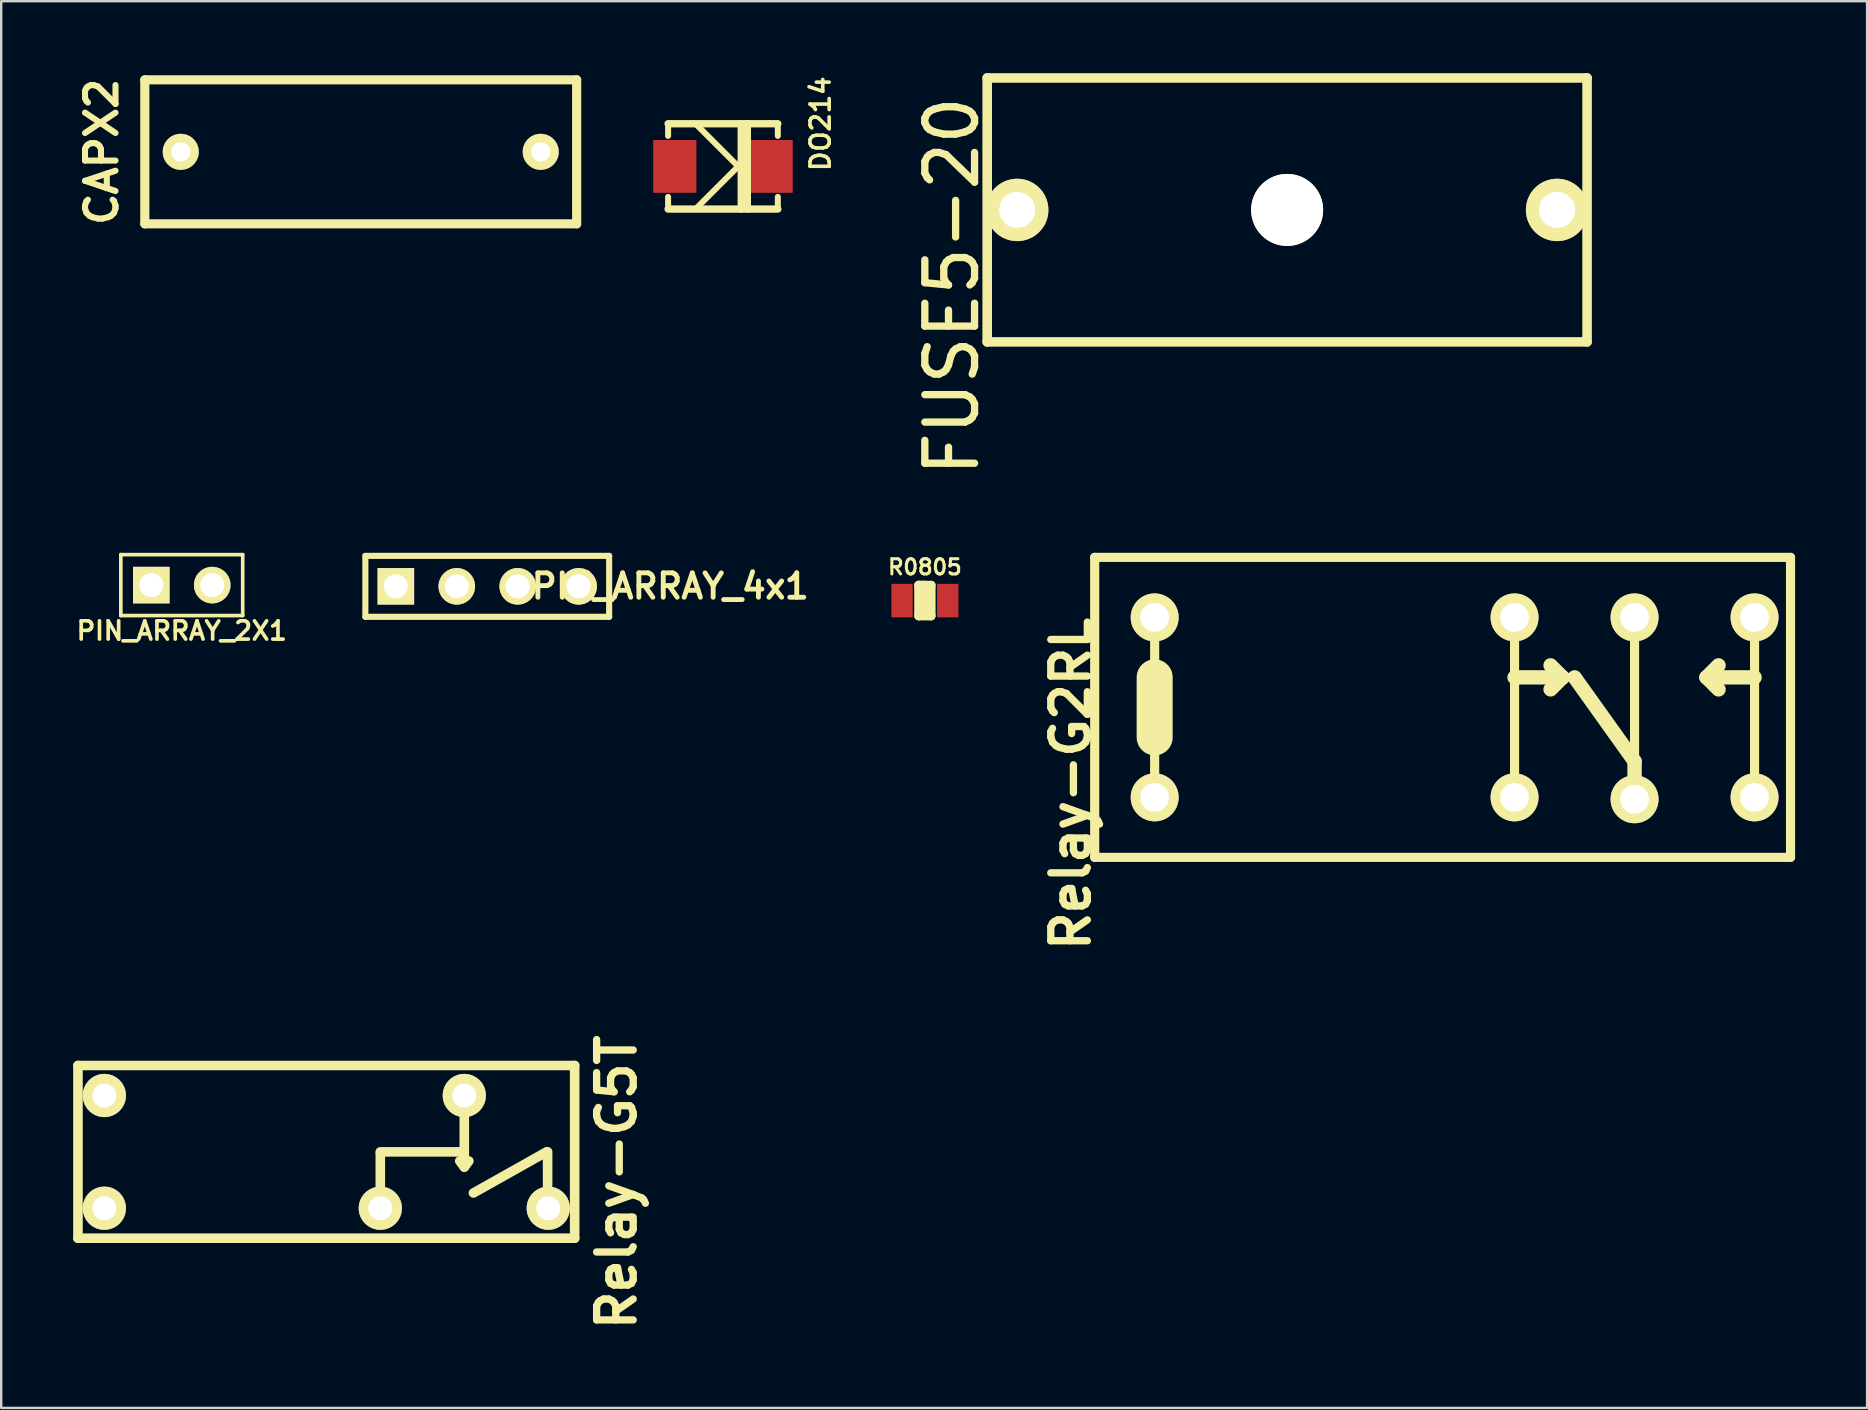
<source format=kicad_pcb>
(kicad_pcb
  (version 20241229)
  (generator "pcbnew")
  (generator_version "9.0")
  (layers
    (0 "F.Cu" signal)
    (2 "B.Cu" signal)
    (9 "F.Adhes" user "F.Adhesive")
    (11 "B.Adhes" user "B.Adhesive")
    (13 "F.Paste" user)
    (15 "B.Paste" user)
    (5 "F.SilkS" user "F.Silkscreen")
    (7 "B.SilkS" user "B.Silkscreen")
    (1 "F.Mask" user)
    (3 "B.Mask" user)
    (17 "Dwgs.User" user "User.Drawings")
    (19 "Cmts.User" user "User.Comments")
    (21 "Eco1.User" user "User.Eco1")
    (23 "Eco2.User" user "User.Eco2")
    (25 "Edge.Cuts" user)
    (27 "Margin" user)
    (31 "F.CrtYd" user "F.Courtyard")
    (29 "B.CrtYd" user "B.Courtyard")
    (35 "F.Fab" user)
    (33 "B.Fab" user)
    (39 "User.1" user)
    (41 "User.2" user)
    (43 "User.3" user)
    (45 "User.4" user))
  (footprint "PIN_ARRAY_2X1"
    (layer "F.Cu")
    (at 4.525 21.335)
    (property "Reference" "PIN_ARRAY_2X1" (at 0 1.905 0) (layer "F.SilkS") (effects (font (size 0.762 0.762) (thickness 0.152))))
    (attr through_hole)
    (fp_line (start -2.54 -1.27) (end 2.54 -1.27) (stroke (width 0.152) (type solid)) (layer "F.SilkS"))
    (fp_line (start -2.54 1.27) (end -2.54 -1.27) (stroke (width 0.152) (type solid)) (layer "F.SilkS"))
    (fp_line (start 2.54 -1.27) (end 2.54 1.27) (stroke (width 0.152) (type solid)) (layer "F.SilkS"))
    (fp_line (start 2.54 1.27) (end -2.54 1.27) (stroke (width 0.152) (type solid)) (layer "F.SilkS"))
    (pad "1" thru_hole rect (at -1.27 0) (size 1.524 1.524) (drill 1) (layers "*.Cu" "*.Mask" "F.SilkS"))
    (pad "2" thru_hole circle (at 1.27 0) (size 1.524 1.524) (drill 1) (layers "*.Cu" "*.Mask" "F.SilkS")))
  (footprint "Relay-G2RL"
    (layer "F.Cu")
    (at 65.072 25.18)
    (property "Reference" "Relay-G2RL" (at -23.495 4.445 90) (layer "F.SilkS") (effects (font (size 1.524 1.524) (thickness 0.305))))
    (attr through_hole)
    (fp_line (start -22.499 -5.001) (end -22.499 7.501) (stroke (width 0.381) (type solid)) (layer "F.SilkS"))
    (fp_line (start -22.499 7.501) (end 6.5 7.501) (stroke (width 0.381) (type solid)) (layer "F.SilkS"))
    (fp_line (start -20 -2.499) (end -20 5.001) (stroke (width 0.381) (type solid)) (layer "F.SilkS"))
    (fp_line (start -20 0) (end -20 2.499) (stroke (width 1.501) (type solid)) (layer "F.SilkS"))
    (fp_line (start -5.001 -2.499) (end -5.001 5.001) (stroke (width 0.381) (type solid)) (layer "F.SilkS"))
    (fp_line (start -5.001 0) (end -3 0) (stroke (width 0.599) (type solid)) (layer "F.SilkS"))
    (fp_line (start -3.5 -0.5) (end -3 0) (stroke (width 0.599) (type solid)) (layer "F.SilkS"))
    (fp_line (start -3 0) (end -3.5 0.5) (stroke (width 0.599) (type solid)) (layer "F.SilkS"))
    (fp_line (start -2.499 0) (end 0 3.5) (stroke (width 0.599) (type solid)) (layer "F.SilkS"))
    (fp_line (start 0 -2.499) (end 0 5.001) (stroke (width 0.381) (type solid)) (layer "F.SilkS"))
    (fp_line (start 0 3.5) (end 0 5.001) (stroke (width 0.599) (type solid)) (layer "F.SilkS"))
    (fp_line (start 3 0) (end 3.5 0.5) (stroke (width 0.599) (type solid)) (layer "F.SilkS"))
    (fp_line (start 3.5 -0.5) (end 3 0) (stroke (width 0.599) (type solid)) (layer "F.SilkS"))
    (fp_line (start 5.001 -2.499) (end 5.001 5.001) (stroke (width 0.381) (type solid)) (layer "F.SilkS"))
    (fp_line (start 5.001 0) (end 3 0) (stroke (width 0.599) (type solid)) (layer "F.SilkS"))
    (fp_line (start 6.5 -5.001) (end -22.499 -5.001) (stroke (width 0.381) (type solid)) (layer "F.SilkS"))
    (fp_line (start 6.5 7.501) (end 6.5 -5.001) (stroke (width 0.381) (type solid)) (layer "F.SilkS"))
    (pad "1" thru_hole circle (at -20 5.001) (size 1.999 1.999) (drill 1.199) (layers "*.Cu" "*.Mask" "F.SilkS"))
    (pad "2" thru_hole circle (at -5.001 -2.499) (size 1.999 1.999) (drill 1.199) (layers "*.Cu" "*.Mask" "F.SilkS"))
    (pad "2" thru_hole circle (at -5.001 5.001) (size 1.999 1.999) (drill 1.199) (layers "*.Cu" "*.Mask" "F.SilkS"))
    (pad "3" thru_hole circle (at 0 -2.499) (size 1.999 1.999) (drill 1.199) (layers "*.Cu" "*.Mask" "F.SilkS"))
    (pad "3" thru_hole circle (at 0 5.08) (size 1.999 1.999) (drill 1.199) (layers "*.Cu" "*.Mask" "F.SilkS"))
    (pad "4" thru_hole circle (at 5.001 -2.499) (size 1.999 1.999) (drill 1.199) (layers "*.Cu" "*.Mask" "F.SilkS"))
    (pad "4" thru_hole circle (at 5.001 5.001) (size 1.999 1.999) (drill 1.199) (layers "*.Cu" "*.Mask" "F.SilkS"))
    (pad "8" thru_hole circle (at -20 -2.499) (size 1.999 1.999) (drill 1.199) (layers "*.Cu" "*.Mask" "F.SilkS")))
  (footprint "FUSE5-20"
    (layer "F.Cu")
    (at 50.593 5.699)
    (property "Reference" "FUSE5-20" (at -13.97 3.175 90) (layer "F.SilkS") (effects (font (size 2.073 2) (thickness 0.305))))
    (attr through_hole)
    (fp_line (start -12.5 -5.5) (end 12.5 -5.5) (stroke (width 0.399) (type solid)) (layer "F.SilkS"))
    (fp_line (start -12.5 5.5) (end -12.5 -5.5) (stroke (width 0.399) (type solid)) (layer "F.SilkS"))
    (fp_line (start 12.5 -5.5) (end 12.5 5.5) (stroke (width 0.399) (type solid)) (layer "F.SilkS"))
    (fp_line (start 12.5 5.5) (end -12.5 5.5) (stroke (width 0.399) (type solid)) (layer "F.SilkS"))
    (pad "" np_thru_hole circle (at 0 0) (size 3 3) (drill 3) (layers "*.Cu" "*.Mask" "F.SilkS"))
    (pad "1" thru_hole circle (at -11.25 0) (size 2.6 2.6) (drill 1.5) (layers "*.Cu" "*.Mask" "F.SilkS"))
    (pad "2" thru_hole circle (at 11.25 0) (size 2.6 2.6) (drill 1.5) (layers "*.Cu" "*.Mask" "F.SilkS")))
  (footprint "PIN_ARRAY_4x1"
    (layer "F.Cu")
    (at 17.257 21.386)
    (property "Reference" "PIN_ARRAY_4x1" (at 7.625 -0.005 0) (layer "F.SilkS") (effects (font (size 1.016 1.016) (thickness 0.203))))
    (attr through_hole)
    (fp_line (start -5.08 -1.27) (end -5.08 1.27) (stroke (width 0.254) (type solid)) (layer "F.SilkS"))
    (fp_line (start 5.08 -1.27) (end -5.08 -1.27) (stroke (width 0.254) (type solid)) (layer "F.SilkS"))
    (fp_line (start 5.08 1.27) (end -5.08 1.27) (stroke (width 0.254) (type solid)) (layer "F.SilkS"))
    (fp_line (start 5.08 1.27) (end 5.08 -1.27) (stroke (width 0.254) (type solid)) (layer "F.SilkS"))
    (pad "1" thru_hole rect (at -3.81 0) (size 1.524 1.524) (drill 1) (layers "*.Cu" "*.Mask" "F.SilkS"))
    (pad "2" thru_hole circle (at -1.27 0) (size 1.524 1.524) (drill 1) (layers "*.Cu" "*.Mask" "F.SilkS"))
    (pad "3" thru_hole circle (at 1.27 0) (size 1.524 1.524) (drill 1) (layers "*.Cu" "*.Mask" "F.SilkS"))
    (pad "4" thru_hole circle (at 3.81 0) (size 1.524 1.524) (drill 1) (layers "*.Cu" "*.Mask" "F.SilkS")))
  (footprint "CAPX2"
    (layer "F.Cu")
    (at 11.984 3.278)
    (property "Reference" "CAPX2" (at -10.795 0 90) (layer "F.SilkS") (effects (font (size 1.27 1.27) (thickness 0.254))))
    (attr smd)
    (fp_line (start -8.999 -3) (end -8.999 3) (stroke (width 0.381) (type solid)) (layer "F.SilkS"))
    (fp_line (start -8.999 3) (end 8.999 3) (stroke (width 0.381) (type solid)) (layer "F.SilkS"))
    (fp_line (start 8.999 -3) (end -8.999 -3) (stroke (width 0.381) (type solid)) (layer "F.SilkS"))
    (fp_line (start 8.999 3) (end 8.999 -3) (stroke (width 0.381) (type solid)) (layer "F.SilkS"))
    (pad "1" thru_hole circle (at -7.501 0) (size 1.501 1.501) (drill 0.8) (layers "*.Cu" "*.Mask" "F.SilkS"))
    (pad "2" thru_hole circle (at 7.501 0) (size 1.501 1.501) (drill 0.8) (layers "*.Cu" "*.Mask" "F.SilkS")))
  (footprint "Relay-G5T"
    (layer "F.Cu")
    (at 16.3 44.955)
    (property "Reference" "Relay-G5T" (at 6.35 1.27 90) (layer "F.SilkS") (effects (font (size 1.524 1.524) (thickness 0.305))))
    (attr through_hole)
    (fp_line (start -16.101 3.599) (end -16.101 -3.599) (stroke (width 0.399) (type solid)) (layer "F.SilkS"))
    (fp_line (start -16.101 3.599) (end 4.501 3.599) (stroke (width 0.399) (type solid)) (layer "F.SilkS"))
    (fp_line (start -3.5 0) (end 0 0) (stroke (width 0.399) (type solid)) (layer "F.SilkS"))
    (fp_line (start -3.5 0.051) (end -3.5 1.651) (stroke (width 0.399) (type solid)) (layer "F.SilkS"))
    (fp_line (start 0 -1.587) (end 0 0.013) (stroke (width 0.399) (type solid)) (layer "F.SilkS"))
    (fp_line (start 0 0.008) (end 0 0.607) (stroke (width 0.399) (type solid)) (layer "F.SilkS"))
    (fp_line (start 0 0.635) (end -0.191 0.381) (stroke (width 0.399) (type solid)) (layer "F.SilkS"))
    (fp_line (start 0 0.635) (end 0.191 0.381) (stroke (width 0.399) (type solid)) (layer "F.SilkS"))
    (fp_line (start 3.429 0) (end 0.381 1.714) (stroke (width 0.399) (type solid)) (layer "F.SilkS"))
    (fp_line (start 3.472 1.397) (end 3.472 -0.003) (stroke (width 0.399) (type solid)) (layer "F.SilkS"))
    (fp_line (start 4.501 3.599) (end 4.6 3.599) (stroke (width 0.399) (type solid)) (layer "F.SilkS"))
    (fp_line (start 4.6 -3.599) (end -16.101 -3.599) (stroke (width 0.399) (type solid)) (layer "F.SilkS"))
    (fp_line (start 4.6 3.599) (end 4.6 -3.599) (stroke (width 0.399) (type solid)) (layer "F.SilkS"))
    (pad "1" thru_hole circle (at -15.001 2.349) (size 1.801 1.801) (drill 1) (layers "*.Cu" "*.Mask" "F.SilkS"))
    (pad "2" thru_hole circle (at -3.5 2.349) (size 1.801 1.801) (drill 1) (layers "*.Cu" "*.Mask" "F.SilkS"))
    (pad "2" thru_hole circle (at 0 -2.349) (size 1.801 1.801) (drill 1) (layers "*.Cu" "*.Mask" "F.SilkS"))
    (pad "3" thru_hole circle (at 3.5 2.349) (size 1.801 1.801) (drill 1) (layers "*.Cu" "*.Mask" "F.SilkS"))
    (pad "4" thru_hole circle (at -15.001 -2.349) (size 1.801 1.801) (drill 1) (layers "*.Cu" "*.Mask" "F.SilkS")))
  (footprint "DO214"
    (layer "F.Cu")
    (at 27.08 3.885)
    (property "Reference" "DO214" (at 4.064 -1.778 90) (layer "F.SilkS") (effects (font (size 0.8 0.8) (thickness 0.15))))
    (attr smd)
    (fp_line (start -2.286 -1.778) (end -2.286 -1.27) (stroke (width 0.249) (type solid)) (layer "F.SilkS"))
    (fp_line (start -2.286 -1.778) (end 2.286 -1.778) (stroke (width 0.305) (type solid)) (layer "F.SilkS"))
    (fp_line (start -2.286 1.27) (end -2.286 1.778) (stroke (width 0.249) (type solid)) (layer "F.SilkS"))
    (fp_line (start -2.286 1.778) (end 2.286 1.778) (stroke (width 0.305) (type solid)) (layer "F.SilkS"))
    (fp_line (start 0.635 0) (end -1.143 -1.778) (stroke (width 0.249) (type solid)) (layer "F.SilkS"))
    (fp_line (start 0.635 0) (end -1.143 1.778) (stroke (width 0.249) (type solid)) (layer "F.SilkS"))
    (fp_line (start 0.762 -1.778) (end 0.762 1.778) (stroke (width 0.305) (type solid)) (layer "F.SilkS"))
    (fp_line (start 1.016 -1.778) (end 1.016 1.778) (stroke (width 0.305) (type solid)) (layer "F.SilkS"))
    (fp_line (start 2.286 -1.778) (end 2.286 -1.27) (stroke (width 0.249) (type solid)) (layer "F.SilkS"))
    (fp_line (start 2.286 1.27) (end 2.286 1.778) (stroke (width 0.249) (type solid)) (layer "F.SilkS"))
    (pad "1" smd rect (at -2.007 0) (size 1.801 2.2) (layers "F.Cu" "F.Mask" "F.Paste"))
    (pad "2" smd rect (at 2.007 0) (size 1.801 2.2) (layers "F.Cu" "F.Mask" "F.Paste")))
  (footprint "R0805"
    (layer "F.Cu")
    (at 35.496 21.98)
    (property "Reference" "R0805" (at 0 -1.397 0) (layer "F.SilkS") (effects (font (size 0.635 0.635) (thickness 0.127))))
    (attr smd)
    (fp_line (start -0.254 -0.635) (end 0 -0.635) (stroke (width 0.381) (type solid)) (layer "F.SilkS"))
    (fp_line (start -0.254 -0.635) (end 0.254 -0.635) (stroke (width 0.381) (type solid)) (layer "F.SilkS"))
    (fp_line (start -0.254 0.635) (end -0.254 -0.635) (stroke (width 0.381) (type solid)) (layer "F.SilkS"))
    (fp_line (start 0 -0.635) (end 0 0.508) (stroke (width 0.381) (type solid)) (layer "F.SilkS"))
    (fp_line (start 0.254 -0.635) (end 0.254 0.635) (stroke (width 0.381) (type solid)) (layer "F.SilkS"))
    (fp_line (start 0.254 0.635) (end -0.254 0.635) (stroke (width 0.381) (type solid)) (layer "F.SilkS"))
    (pad "1" smd rect (at -0.953 0) (size 0.889 1.397) (layers "F.Cu" "F.Mask" "F.Paste"))
    (pad "2" smd rect (at 0.953 0) (size 0.889 1.397) (layers "F.Cu" "F.Mask" "F.Paste")))
  (gr_rect
    (start -3 -3)
    (end 74.762 55.626)
    (stroke (width 0.1) (type default))
    (fill no)
    (layer "Edge.Cuts")))
</source>
